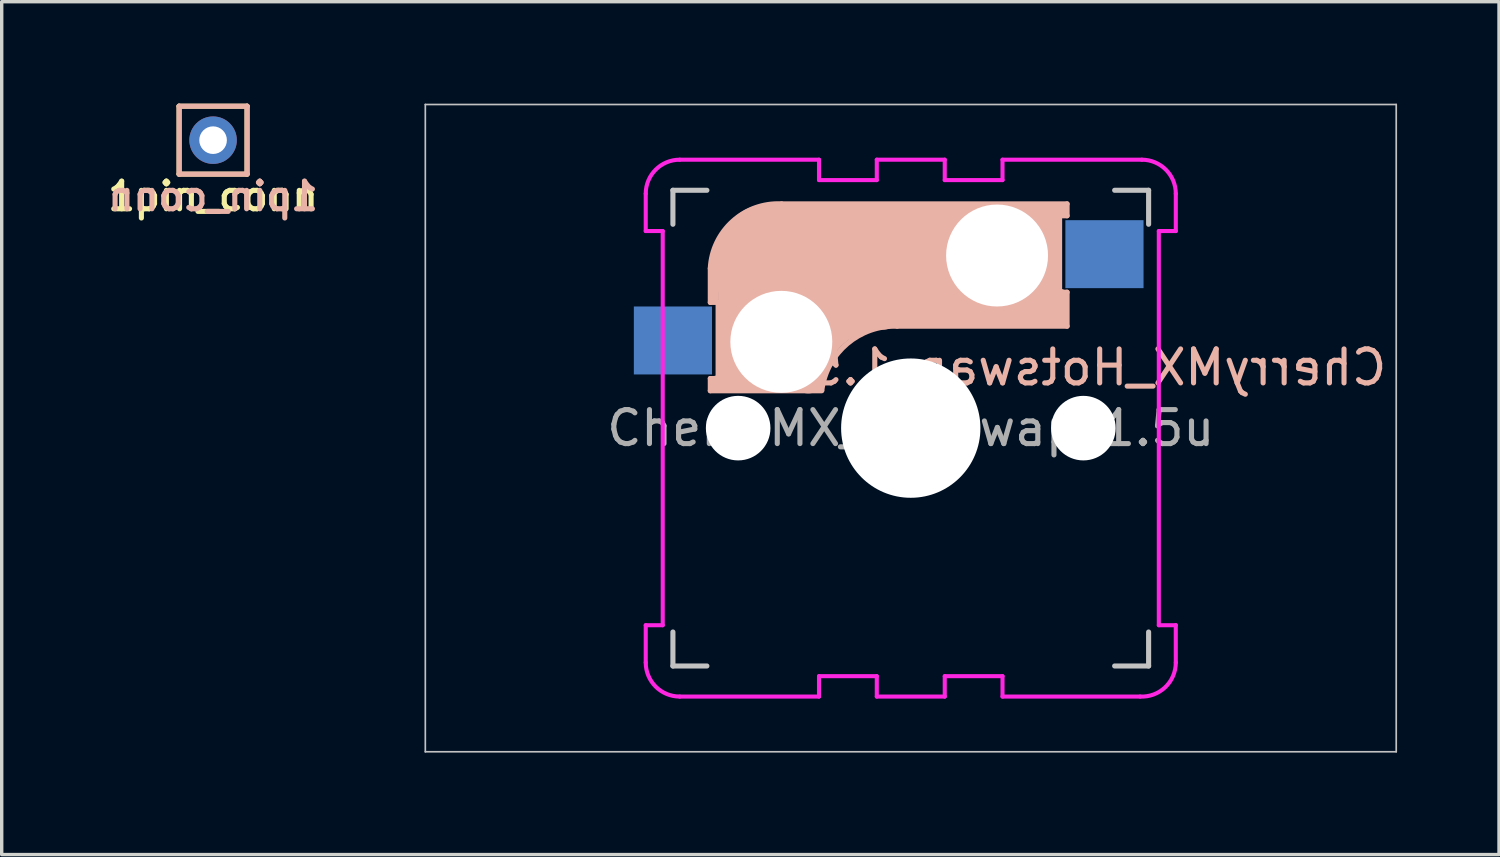
<source format=kicad_pcb>
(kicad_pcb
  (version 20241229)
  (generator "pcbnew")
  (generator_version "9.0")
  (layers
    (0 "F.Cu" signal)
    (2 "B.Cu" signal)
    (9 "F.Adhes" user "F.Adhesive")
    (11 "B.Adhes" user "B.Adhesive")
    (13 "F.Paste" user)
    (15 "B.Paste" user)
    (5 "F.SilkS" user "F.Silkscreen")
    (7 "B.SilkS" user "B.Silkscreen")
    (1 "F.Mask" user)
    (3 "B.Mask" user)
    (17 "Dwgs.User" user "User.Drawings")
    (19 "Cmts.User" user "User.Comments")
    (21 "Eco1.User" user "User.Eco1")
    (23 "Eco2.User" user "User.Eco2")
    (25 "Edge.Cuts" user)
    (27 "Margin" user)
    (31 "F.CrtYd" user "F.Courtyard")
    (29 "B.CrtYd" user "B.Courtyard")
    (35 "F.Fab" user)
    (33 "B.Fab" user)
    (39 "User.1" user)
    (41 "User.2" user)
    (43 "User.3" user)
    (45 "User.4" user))
  (footprint "1pin_conn"
    (layer "F.Cu")
    (at 3.221 1.075)
    (property "Reference" "1pin_conn" (at 0 1.651 0) (layer "F.SilkS") (effects (font (size 0.813 0.813) (thickness 0.15))))
    (attr through_hole)
    (fp_line (start -1 -1) (end -1 1) (stroke (width 0.15) (type solid)) (layer "F.SilkS"))
    (fp_line (start -1 1) (end 1 1) (stroke (width 0.15) (type solid)) (layer "F.SilkS"))
    (fp_line (start 1 -1) (end -1 -1) (stroke (width 0.15) (type solid)) (layer "F.SilkS"))
    (fp_line (start 1 1) (end 1 -1) (stroke (width 0.15) (type solid)) (layer "F.SilkS"))
    (fp_line (start -1 -1) (end 1 -1) (stroke (width 0.15) (type solid)) (layer "B.SilkS"))
    (fp_line (start -1 1) (end -1 -1) (stroke (width 0.15) (type solid)) (layer "B.SilkS"))
    (fp_line (start 1 -1) (end 1 1) (stroke (width 0.15) (type solid)) (layer "B.SilkS"))
    (fp_line (start 1 1) (end -1 1) (stroke (width 0.15) (type solid)) (layer "B.SilkS"))
    (fp_text user "${REFERENCE}" (at 0 1.651 0) (layer "B.SilkS") (effects (font (size 0.813 0.813) (thickness 0.15)) (justify mirror)))
    (pad "1" thru_hole circle (at 0 0) (size 1.397 1.397) (drill 0.813) (layers "*.Cu" "*.Mask")))
  (footprint "CherryMX_Hotswap_1.5u"
    (layer "F.Cu")
    (at 23.754 9.55)
    (property "Reference" "CherryMX_Hotswap_1.5u" (at 0 0 0) (layer "F.Fab") (effects (font (size 1 1) (thickness 0.15))))
    (attr through_hole)
    (fp_line (start -5.9 -4.7) (end -5.9 -3.7) (stroke (width 0.15) (type solid)) (layer "B.SilkS"))
    (fp_line (start -5.9 -3.7) (end -5.7 -3.7) (stroke (width 0.15) (type solid)) (layer "B.SilkS"))
    (fp_line (start -5.9 -1.1) (end -5.9 -1.46) (stroke (width 0.15) (type solid)) (layer "B.SilkS"))
    (fp_line (start -5.9 -1.1) (end -2.62 -1.1) (stroke (width 0.15) (type solid)) (layer "B.SilkS"))
    (fp_line (start -5.8 -3.8) (end -5.8 -4.7) (stroke (width 0.3) (type solid)) (layer "B.SilkS"))
    (fp_line (start -5.7 -1.46) (end -5.9 -1.46) (stroke (width 0.15) (type solid)) (layer "B.SilkS"))
    (fp_line (start -5.7 -1.3) (end -3 -1.3) (stroke (width 0.5) (type solid)) (layer "B.SilkS"))
    (fp_line (start -5.67 -3.7) (end -5.67 -1.46) (stroke (width 0.15) (type solid)) (layer "B.SilkS"))
    (fp_line (start -5.3 -1.6) (end -5.3 -3.4) (stroke (width 0.8) (type solid)) (layer "B.SilkS"))
    (fp_line (start -4.17 -5.1) (end -4.17 -2.86) (stroke (width 3) (type solid)) (layer "B.SilkS"))
    (fp_line (start -0.4 -3) (end 4.6 -3) (stroke (width 0.15) (type solid)) (layer "B.SilkS"))
    (fp_line (start 2.6 -4.8) (end -4.1 -4.8) (stroke (width 3.5) (type solid)) (layer "B.SilkS"))
    (fp_line (start 3.9 -6) (end 3.9 -3.5) (stroke (width 1) (type solid)) (layer "B.SilkS"))
    (fp_line (start 4.3 -3.3) (end 2.9 -3.3) (stroke (width 0.5) (type solid)) (layer "B.SilkS"))
    (fp_line (start 4.38 -4) (end 4.38 -6.25) (stroke (width 0.15) (type solid)) (layer "B.SilkS"))
    (fp_line (start 4.4 -6.4) (end 3 -6.4) (stroke (width 0.4) (type solid)) (layer "B.SilkS"))
    (fp_line (start 4.4 -6.25) (end 4.6 -6.25) (stroke (width 0.15) (type solid)) (layer "B.SilkS"))
    (fp_line (start 4.4 -3.9) (end 4.4 -3.2) (stroke (width 0.4) (type solid)) (layer "B.SilkS"))
    (fp_line (start 4.6 -6.6) (end -3.8 -6.6) (stroke (width 0.15) (type solid)) (layer "B.SilkS"))
    (fp_line (start 4.6 -6.25) (end 4.6 -6.6) (stroke (width 0.15) (type solid)) (layer "B.SilkS"))
    (fp_line (start 4.6 -4) (end 4.4 -4) (stroke (width 0.15) (type solid)) (layer "B.SilkS"))
    (fp_line (start 4.6 -3) (end 4.6 -4) (stroke (width 0.15) (type solid)) (layer "B.SilkS"))
    (fp_arc (start -5.9 -4.699999) (mid -5.243504 -6.084924) (end -3.800001 -6.6) (stroke (width 0.15) (type solid)) (layer "B.SilkS"))
    (fp_arc (start -3.016318 -1.521471) (mid -2.268709 -2.886118) (end -0.8 -3.4) (stroke (width 1) (type solid)) (layer "B.SilkS"))
    (fp_arc (start -2.616318 -1.121471) (mid -1.868709 -2.486118) (end -0.4 -3) (stroke (width 0.15) (type solid)) (layer "B.SilkS"))
    (fp_line (start -14.287 -9.525) (end 14.287 -9.525) (stroke (width 0.05) (type solid)) (layer "Dwgs.User"))
    (fp_line (start -14.287 9.525) (end -14.287 -9.525) (stroke (width 0.05) (type solid)) (layer "Dwgs.User"))
    (fp_line (start -7 -7) (end -6 -7) (stroke (width 0.15) (type solid)) (layer "Dwgs.User"))
    (fp_line (start -7 -6) (end -7 -7) (stroke (width 0.15) (type solid)) (layer "Dwgs.User"))
    (fp_line (start -7 6) (end -7 7) (stroke (width 0.15) (type solid)) (layer "Dwgs.User"))
    (fp_line (start -7 7) (end -6 7) (stroke (width 0.15) (type solid)) (layer "Dwgs.User"))
    (fp_line (start 6 7) (end 7 7) (stroke (width 0.15) (type solid)) (layer "Dwgs.User"))
    (fp_line (start 7 -7) (end 6 -7) (stroke (width 0.15) (type solid)) (layer "Dwgs.User"))
    (fp_line (start 7 -7) (end 7 -6) (stroke (width 0.15) (type solid)) (layer "Dwgs.User"))
    (fp_line (start 7 7) (end 7 6) (stroke (width 0.15) (type solid)) (layer "Dwgs.User"))
    (fp_line (start 14.287 -9.525) (end 14.287 9.525) (stroke (width 0.05) (type solid)) (layer "Dwgs.User"))
    (fp_line (start 14.287 9.525) (end -14.287 9.525) (stroke (width 0.05) (type solid)) (layer "Dwgs.User"))
    (fp_line (start -7.8 -6.9) (end -7.8 -5.8) (stroke (width 0.12) (type solid)) (layer "F.CrtYd"))
    (fp_line (start -7.8 -5.8) (end -7.3 -5.8) (stroke (width 0.12) (type solid)) (layer "F.CrtYd"))
    (fp_line (start -7.8 5.8) (end -7.3 5.8) (stroke (width 0.12) (type solid)) (layer "F.CrtYd"))
    (fp_line (start -7.8 6.9) (end -7.8 5.8) (stroke (width 0.12) (type solid)) (layer "F.CrtYd"))
    (fp_line (start -7.3 -5.8) (end -7.3 5.8) (stroke (width 0.12) (type solid)) (layer "F.CrtYd"))
    (fp_line (start -6.8 -7.9) (end -2.7 -7.9) (stroke (width 0.12) (type solid)) (layer "F.CrtYd"))
    (fp_line (start -6.8 7.9) (end -2.7 7.9) (stroke (width 0.12) (type solid)) (layer "F.CrtYd"))
    (fp_line (start -2.7 -7.9) (end -2.7 -7.3) (stroke (width 0.12) (type solid)) (layer "F.CrtYd"))
    (fp_line (start -2.7 7.3) (end -1 7.3) (stroke (width 0.12) (type solid)) (layer "F.CrtYd"))
    (fp_line (start -2.7 7.9) (end -2.7 7.3) (stroke (width 0.12) (type solid)) (layer "F.CrtYd"))
    (fp_line (start -1 -7.9) (end -1 -7.3) (stroke (width 0.12) (type solid)) (layer "F.CrtYd"))
    (fp_line (start -1 -7.9) (end 1 -7.9) (stroke (width 0.12) (type solid)) (layer "F.CrtYd"))
    (fp_line (start -1 -7.3) (end -2.7 -7.3) (stroke (width 0.12) (type solid)) (layer "F.CrtYd"))
    (fp_line (start -1 7.3) (end -1 7.9) (stroke (width 0.12) (type solid)) (layer "F.CrtYd"))
    (fp_line (start -1 7.9) (end 1 7.9) (stroke (width 0.12) (type solid)) (layer "F.CrtYd"))
    (fp_line (start 1 -7.9) (end 1 -7.3) (stroke (width 0.12) (type solid)) (layer "F.CrtYd"))
    (fp_line (start 1 -7.3) (end 2.7 -7.3) (stroke (width 0.12) (type solid)) (layer "F.CrtYd"))
    (fp_line (start 1 7.3) (end 2.7 7.3) (stroke (width 0.12) (type solid)) (layer "F.CrtYd"))
    (fp_line (start 1 7.9) (end 1 7.3) (stroke (width 0.12) (type solid)) (layer "F.CrtYd"))
    (fp_line (start 2.7 -7.9) (end 2.7 -7.3) (stroke (width 0.12) (type solid)) (layer "F.CrtYd"))
    (fp_line (start 2.7 7.9) (end 2.7 7.3) (stroke (width 0.12) (type solid)) (layer "F.CrtYd"))
    (fp_line (start 6.749 7.9) (end 2.7 7.9) (stroke (width 0.12) (type solid)) (layer "F.CrtYd"))
    (fp_line (start 6.8 -7.9) (end 2.7 -7.9) (stroke (width 0.12) (type solid)) (layer "F.CrtYd"))
    (fp_line (start 7.3 5.8) (end 7.3 -5.8) (stroke (width 0.12) (type solid)) (layer "F.CrtYd"))
    (fp_line (start 7.799 5.8) (end 7.3 5.8) (stroke (width 0.12) (type solid)) (layer "F.CrtYd"))
    (fp_line (start 7.8 -6.9) (end 7.8 -5.8) (stroke (width 0.12) (type solid)) (layer "F.CrtYd"))
    (fp_line (start 7.8 -5.8) (end 7.3 -5.8) (stroke (width 0.12) (type solid)) (layer "F.CrtYd"))
    (fp_line (start 7.8 6.9) (end 7.799 5.8) (stroke (width 0.12) (type solid)) (layer "F.CrtYd"))
    (fp_arc (start -7.8 -6.9) (mid -7.507107 -7.607107) (end -6.8 -7.9) (stroke (width 0.12) (type solid)) (layer "F.CrtYd"))
    (fp_arc (start -6.8 7.9) (mid -7.507107 7.607107) (end -7.8 6.9) (stroke (width 0.12) (type solid)) (layer "F.CrtYd"))
    (fp_arc (start 6.8 -7.9) (mid 7.507107 -7.607107) (end 7.8 -6.9) (stroke (width 0.12) (type solid)) (layer "F.CrtYd"))
    (fp_arc (start 7.8 6.9) (mid 7.488837 7.625452) (end 6.748751 7.9) (stroke (width 0.12) (type solid)) (layer "F.CrtYd"))
    (fp_text user "${REFERENCE}" (at 5.06 -1.786 0) (layer "B.SilkS") (effects (font (size 1 1) (thickness 0.15)) (justify mirror)))
    (pad "" np_thru_hole circle (at -5.08 0) (size 1.9 1.9) (drill 1.9) (layers "*.Cu" "*.Mask"))
    (pad "" np_thru_hole circle (at -3.81 -2.54 180) (size 3 3) (drill 3) (layers "*.Cu" "*.Mask"))
    (pad "" np_thru_hole circle (at 0 0 90) (size 4.1 4.1) (drill 4.1) (layers "*.Cu" "*.Mask"))
    (pad "" np_thru_hole circle (at 2.54 -5.08 180) (size 3 3) (drill 3) (layers "*.Cu" "*.Mask"))
    (pad "" np_thru_hole circle (at 5.08 0) (size 1.9 1.9) (drill 1.9) (layers "*.Cu" "*.Mask"))
    (pad "1" smd rect (at -7 -2.58 180) (size 2.3 2) (layers "B.Cu" "B.Mask" "B.Paste"))
    (pad "2" smd rect (at 5.7 -5.12 180) (size 2.3 2) (layers "B.Cu" "B.Mask" "B.Paste")))
  (gr_rect
    (start -3 -3)
    (end 41.066 22.1)
    (stroke (width 0.1) (type default))
    (fill no)
    (layer "Edge.Cuts")))
</source>
